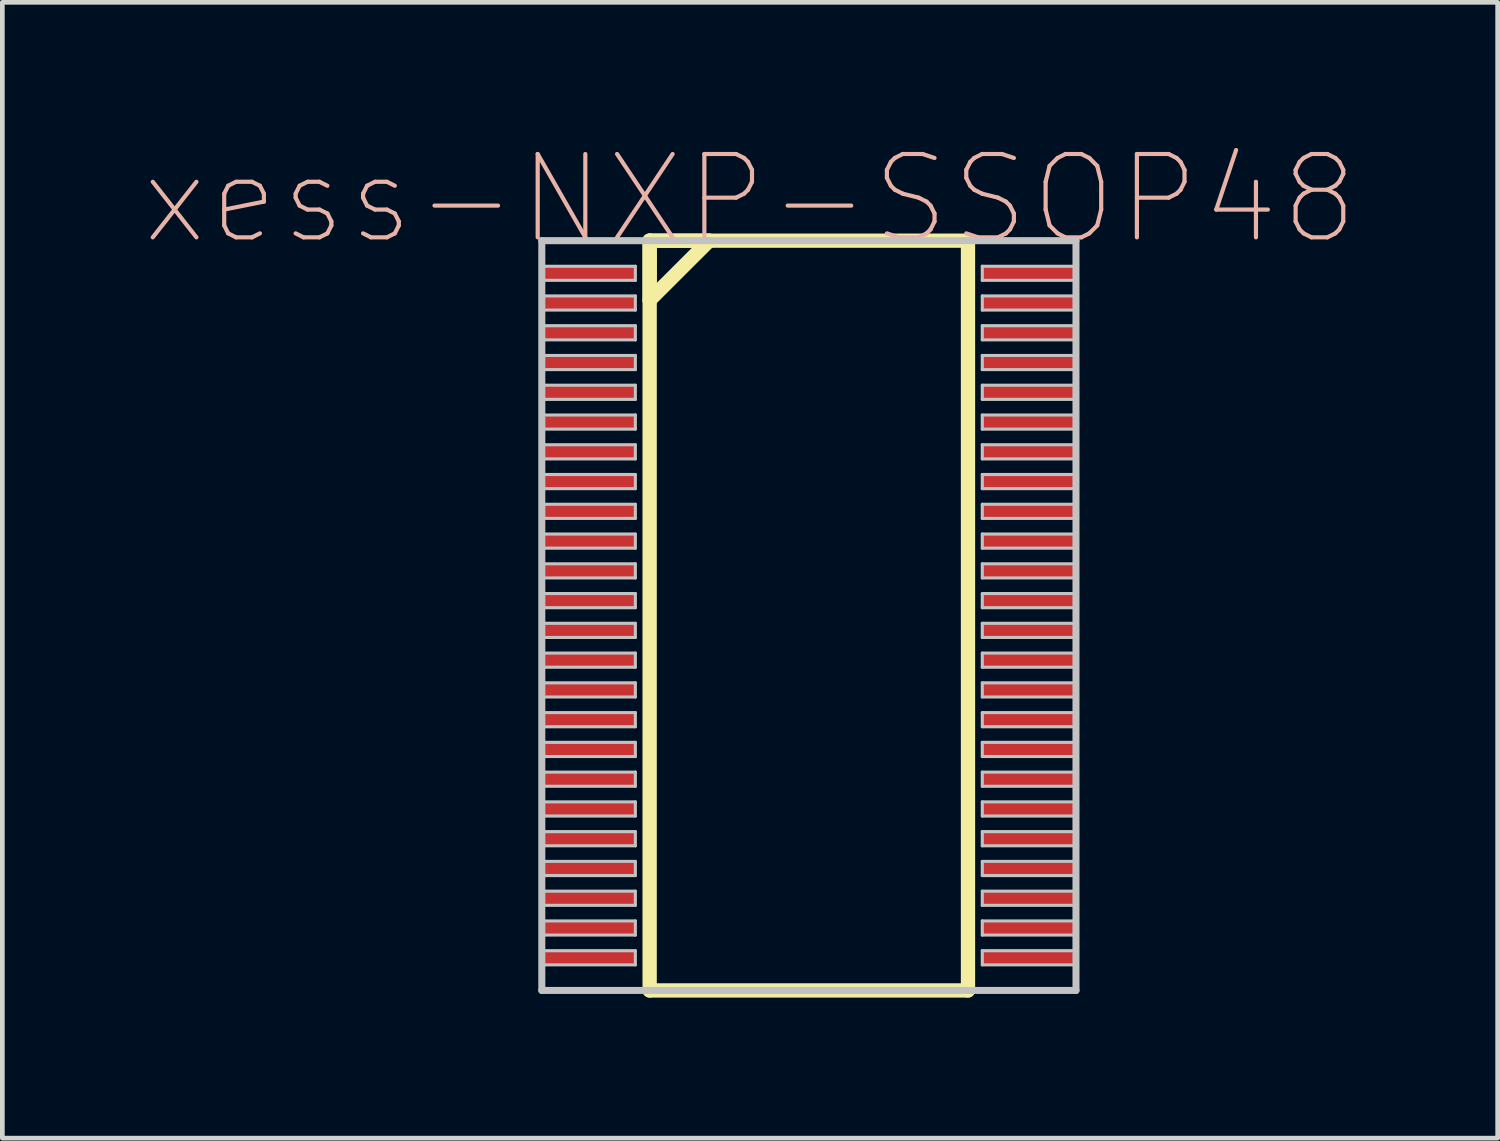
<source format=kicad_pcb>
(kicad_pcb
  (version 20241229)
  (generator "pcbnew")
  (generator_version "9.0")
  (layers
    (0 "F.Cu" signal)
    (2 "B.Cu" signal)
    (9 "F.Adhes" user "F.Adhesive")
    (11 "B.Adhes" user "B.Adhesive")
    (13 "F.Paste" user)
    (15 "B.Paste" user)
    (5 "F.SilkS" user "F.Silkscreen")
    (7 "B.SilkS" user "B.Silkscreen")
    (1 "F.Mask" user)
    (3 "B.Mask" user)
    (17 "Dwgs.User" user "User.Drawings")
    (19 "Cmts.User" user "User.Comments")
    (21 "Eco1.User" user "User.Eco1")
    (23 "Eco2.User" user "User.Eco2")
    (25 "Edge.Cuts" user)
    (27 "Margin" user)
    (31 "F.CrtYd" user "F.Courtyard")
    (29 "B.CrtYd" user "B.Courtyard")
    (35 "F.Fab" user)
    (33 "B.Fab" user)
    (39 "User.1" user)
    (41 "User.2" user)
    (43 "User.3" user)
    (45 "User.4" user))
  (footprint "xess-NXP-SSOP48"
    (layer "F.Cu")
    (at 9.508 2.781)
    (property "Reference" "xess-NXP-SSOP48" (at 3.444 -1.585 0) (layer "B.SilkS") (effects (font (size 1.778 1.778) (thickness 0.089))))
    (attr smd)
    (fp_line (start 1.303 -0.696) (end 1.303 0.572) (stroke (width 0.305) (type solid)) (layer "F.SilkS"))
    (fp_line (start 1.303 -0.696) (end 1.303 15.301) (stroke (width 0.305) (type solid)) (layer "F.SilkS"))
    (fp_line (start 1.303 0.572) (end 2.573 -0.696) (stroke (width 0.305) (type solid)) (layer "F.SilkS"))
    (fp_line (start 1.303 15.301) (end 8.095 15.301) (stroke (width 0.305) (type solid)) (layer "F.SilkS"))
    (fp_line (start 2.573 -0.696) (end 1.303 -0.696) (stroke (width 0.305) (type solid)) (layer "F.SilkS"))
    (fp_line (start 8.095 -0.696) (end 1.303 -0.696) (stroke (width 0.305) (type solid)) (layer "F.SilkS"))
    (fp_line (start 8.095 15.301) (end 8.095 -0.696) (stroke (width 0.305) (type solid)) (layer "F.SilkS"))
    (fp_line (start -0.998 -0.696) (end -0.998 15.301) (stroke (width 0.15) (type solid)) (layer "Dwgs.User"))
    (fp_line (start -0.998 -0.15) (end 0.998 -0.15) (stroke (width 0.066) (type solid)) (layer "Dwgs.User"))
    (fp_line (start -0.998 0.15) (end -0.998 -0.15) (stroke (width 0.066) (type solid)) (layer "Dwgs.User"))
    (fp_line (start -0.998 0.15) (end 0.998 0.15) (stroke (width 0.066) (type solid)) (layer "Dwgs.User"))
    (fp_line (start -0.998 0.483) (end 0.998 0.483) (stroke (width 0.066) (type solid)) (layer "Dwgs.User"))
    (fp_line (start -0.998 0.785) (end -0.998 0.483) (stroke (width 0.066) (type solid)) (layer "Dwgs.User"))
    (fp_line (start -0.998 0.785) (end 0.998 0.785) (stroke (width 0.066) (type solid)) (layer "Dwgs.User"))
    (fp_line (start -0.998 1.118) (end 0.998 1.118) (stroke (width 0.066) (type solid)) (layer "Dwgs.User"))
    (fp_line (start -0.998 1.42) (end -0.998 1.118) (stroke (width 0.066) (type solid)) (layer "Dwgs.User"))
    (fp_line (start -0.998 1.42) (end 0.998 1.42) (stroke (width 0.066) (type solid)) (layer "Dwgs.User"))
    (fp_line (start -0.998 1.753) (end 0.998 1.753) (stroke (width 0.066) (type solid)) (layer "Dwgs.User"))
    (fp_line (start -0.998 2.055) (end -0.998 1.753) (stroke (width 0.066) (type solid)) (layer "Dwgs.User"))
    (fp_line (start -0.998 2.055) (end 0.998 2.055) (stroke (width 0.066) (type solid)) (layer "Dwgs.User"))
    (fp_line (start -0.998 2.388) (end 0.998 2.388) (stroke (width 0.066) (type solid)) (layer "Dwgs.User"))
    (fp_line (start -0.998 2.69) (end -0.998 2.388) (stroke (width 0.066) (type solid)) (layer "Dwgs.User"))
    (fp_line (start -0.998 2.69) (end 0.998 2.69) (stroke (width 0.066) (type solid)) (layer "Dwgs.User"))
    (fp_line (start -0.998 3.023) (end 0.998 3.023) (stroke (width 0.066) (type solid)) (layer "Dwgs.User"))
    (fp_line (start -0.998 3.325) (end -0.998 3.023) (stroke (width 0.066) (type solid)) (layer "Dwgs.User"))
    (fp_line (start -0.998 3.325) (end 0.998 3.325) (stroke (width 0.066) (type solid)) (layer "Dwgs.User"))
    (fp_line (start -0.998 3.658) (end 0.998 3.658) (stroke (width 0.066) (type solid)) (layer "Dwgs.User"))
    (fp_line (start -0.998 3.96) (end -0.998 3.658) (stroke (width 0.066) (type solid)) (layer "Dwgs.User"))
    (fp_line (start -0.998 3.96) (end 0.998 3.96) (stroke (width 0.066) (type solid)) (layer "Dwgs.User"))
    (fp_line (start -0.998 4.293) (end 0.998 4.293) (stroke (width 0.066) (type solid)) (layer "Dwgs.User"))
    (fp_line (start -0.998 4.595) (end -0.998 4.293) (stroke (width 0.066) (type solid)) (layer "Dwgs.User"))
    (fp_line (start -0.998 4.595) (end 0.998 4.595) (stroke (width 0.066) (type solid)) (layer "Dwgs.User"))
    (fp_line (start -0.998 4.928) (end 0.998 4.928) (stroke (width 0.066) (type solid)) (layer "Dwgs.User"))
    (fp_line (start -0.998 5.23) (end -0.998 4.928) (stroke (width 0.066) (type solid)) (layer "Dwgs.User"))
    (fp_line (start -0.998 5.23) (end 0.998 5.23) (stroke (width 0.066) (type solid)) (layer "Dwgs.User"))
    (fp_line (start -0.998 5.563) (end 0.998 5.563) (stroke (width 0.066) (type solid)) (layer "Dwgs.User"))
    (fp_line (start -0.998 5.865) (end -0.998 5.563) (stroke (width 0.066) (type solid)) (layer "Dwgs.User"))
    (fp_line (start -0.998 5.865) (end 0.998 5.865) (stroke (width 0.066) (type solid)) (layer "Dwgs.User"))
    (fp_line (start -0.998 6.198) (end 0.998 6.198) (stroke (width 0.066) (type solid)) (layer "Dwgs.User"))
    (fp_line (start -0.998 6.5) (end -0.998 6.198) (stroke (width 0.066) (type solid)) (layer "Dwgs.User"))
    (fp_line (start -0.998 6.5) (end 0.998 6.5) (stroke (width 0.066) (type solid)) (layer "Dwgs.User"))
    (fp_line (start -0.998 6.833) (end 0.998 6.833) (stroke (width 0.066) (type solid)) (layer "Dwgs.User"))
    (fp_line (start -0.998 7.135) (end -0.998 6.833) (stroke (width 0.066) (type solid)) (layer "Dwgs.User"))
    (fp_line (start -0.998 7.135) (end 0.998 7.135) (stroke (width 0.066) (type solid)) (layer "Dwgs.User"))
    (fp_line (start -0.998 7.468) (end 0.998 7.468) (stroke (width 0.066) (type solid)) (layer "Dwgs.User"))
    (fp_line (start -0.998 7.77) (end -0.998 7.468) (stroke (width 0.066) (type solid)) (layer "Dwgs.User"))
    (fp_line (start -0.998 7.77) (end 0.998 7.77) (stroke (width 0.066) (type solid)) (layer "Dwgs.User"))
    (fp_line (start -0.998 8.103) (end 0.998 8.103) (stroke (width 0.066) (type solid)) (layer "Dwgs.User"))
    (fp_line (start -0.998 8.405) (end -0.998 8.103) (stroke (width 0.066) (type solid)) (layer "Dwgs.User"))
    (fp_line (start -0.998 8.405) (end 0.998 8.405) (stroke (width 0.066) (type solid)) (layer "Dwgs.User"))
    (fp_line (start -0.998 8.738) (end 0.998 8.738) (stroke (width 0.066) (type solid)) (layer "Dwgs.User"))
    (fp_line (start -0.998 9.04) (end -0.998 8.738) (stroke (width 0.066) (type solid)) (layer "Dwgs.User"))
    (fp_line (start -0.998 9.04) (end 0.998 9.04) (stroke (width 0.066) (type solid)) (layer "Dwgs.User"))
    (fp_line (start -0.998 9.373) (end 0.998 9.373) (stroke (width 0.066) (type solid)) (layer "Dwgs.User"))
    (fp_line (start -0.998 9.675) (end -0.998 9.373) (stroke (width 0.066) (type solid)) (layer "Dwgs.User"))
    (fp_line (start -0.998 9.675) (end 0.998 9.675) (stroke (width 0.066) (type solid)) (layer "Dwgs.User"))
    (fp_line (start -0.998 10.008) (end 0.998 10.008) (stroke (width 0.066) (type solid)) (layer "Dwgs.User"))
    (fp_line (start -0.998 10.31) (end -0.998 10.008) (stroke (width 0.066) (type solid)) (layer "Dwgs.User"))
    (fp_line (start -0.998 10.31) (end 0.998 10.31) (stroke (width 0.066) (type solid)) (layer "Dwgs.User"))
    (fp_line (start -0.998 10.643) (end 0.998 10.643) (stroke (width 0.066) (type solid)) (layer "Dwgs.User"))
    (fp_line (start -0.998 10.945) (end -0.998 10.643) (stroke (width 0.066) (type solid)) (layer "Dwgs.User"))
    (fp_line (start -0.998 10.945) (end 0.998 10.945) (stroke (width 0.066) (type solid)) (layer "Dwgs.User"))
    (fp_line (start -0.998 11.278) (end 0.998 11.278) (stroke (width 0.066) (type solid)) (layer "Dwgs.User"))
    (fp_line (start -0.998 11.58) (end -0.998 11.278) (stroke (width 0.066) (type solid)) (layer "Dwgs.User"))
    (fp_line (start -0.998 11.58) (end 0.998 11.58) (stroke (width 0.066) (type solid)) (layer "Dwgs.User"))
    (fp_line (start -0.998 11.913) (end 0.998 11.913) (stroke (width 0.066) (type solid)) (layer "Dwgs.User"))
    (fp_line (start -0.998 12.215) (end -0.998 11.913) (stroke (width 0.066) (type solid)) (layer "Dwgs.User"))
    (fp_line (start -0.998 12.215) (end 0.998 12.215) (stroke (width 0.066) (type solid)) (layer "Dwgs.User"))
    (fp_line (start -0.998 12.548) (end 0.998 12.548) (stroke (width 0.066) (type solid)) (layer "Dwgs.User"))
    (fp_line (start -0.998 12.85) (end -0.998 12.548) (stroke (width 0.066) (type solid)) (layer "Dwgs.User"))
    (fp_line (start -0.998 12.85) (end 0.998 12.85) (stroke (width 0.066) (type solid)) (layer "Dwgs.User"))
    (fp_line (start -0.998 13.183) (end 0.998 13.183) (stroke (width 0.066) (type solid)) (layer "Dwgs.User"))
    (fp_line (start -0.998 13.485) (end -0.998 13.183) (stroke (width 0.066) (type solid)) (layer "Dwgs.User"))
    (fp_line (start -0.998 13.485) (end 0.998 13.485) (stroke (width 0.066) (type solid)) (layer "Dwgs.User"))
    (fp_line (start -0.998 13.818) (end 0.998 13.818) (stroke (width 0.066) (type solid)) (layer "Dwgs.User"))
    (fp_line (start -0.998 14.12) (end -0.998 13.818) (stroke (width 0.066) (type solid)) (layer "Dwgs.User"))
    (fp_line (start -0.998 14.12) (end 0.998 14.12) (stroke (width 0.066) (type solid)) (layer "Dwgs.User"))
    (fp_line (start -0.998 14.453) (end 0.998 14.453) (stroke (width 0.066) (type solid)) (layer "Dwgs.User"))
    (fp_line (start -0.998 14.755) (end -0.998 14.453) (stroke (width 0.066) (type solid)) (layer "Dwgs.User"))
    (fp_line (start -0.998 14.755) (end 0.998 14.755) (stroke (width 0.066) (type solid)) (layer "Dwgs.User"))
    (fp_line (start -0.998 15.301) (end 10.399 15.301) (stroke (width 0.15) (type solid)) (layer "Dwgs.User"))
    (fp_line (start 0.998 0.15) (end 0.998 -0.15) (stroke (width 0.066) (type solid)) (layer "Dwgs.User"))
    (fp_line (start 0.998 0.785) (end 0.998 0.483) (stroke (width 0.066) (type solid)) (layer "Dwgs.User"))
    (fp_line (start 0.998 1.42) (end 0.998 1.118) (stroke (width 0.066) (type solid)) (layer "Dwgs.User"))
    (fp_line (start 0.998 2.055) (end 0.998 1.753) (stroke (width 0.066) (type solid)) (layer "Dwgs.User"))
    (fp_line (start 0.998 2.69) (end 0.998 2.388) (stroke (width 0.066) (type solid)) (layer "Dwgs.User"))
    (fp_line (start 0.998 3.325) (end 0.998 3.023) (stroke (width 0.066) (type solid)) (layer "Dwgs.User"))
    (fp_line (start 0.998 3.96) (end 0.998 3.658) (stroke (width 0.066) (type solid)) (layer "Dwgs.User"))
    (fp_line (start 0.998 4.595) (end 0.998 4.293) (stroke (width 0.066) (type solid)) (layer "Dwgs.User"))
    (fp_line (start 0.998 5.23) (end 0.998 4.928) (stroke (width 0.066) (type solid)) (layer "Dwgs.User"))
    (fp_line (start 0.998 5.865) (end 0.998 5.563) (stroke (width 0.066) (type solid)) (layer "Dwgs.User"))
    (fp_line (start 0.998 6.5) (end 0.998 6.198) (stroke (width 0.066) (type solid)) (layer "Dwgs.User"))
    (fp_line (start 0.998 7.135) (end 0.998 6.833) (stroke (width 0.066) (type solid)) (layer "Dwgs.User"))
    (fp_line (start 0.998 7.77) (end 0.998 7.468) (stroke (width 0.066) (type solid)) (layer "Dwgs.User"))
    (fp_line (start 0.998 8.405) (end 0.998 8.103) (stroke (width 0.066) (type solid)) (layer "Dwgs.User"))
    (fp_line (start 0.998 9.04) (end 0.998 8.738) (stroke (width 0.066) (type solid)) (layer "Dwgs.User"))
    (fp_line (start 0.998 9.675) (end 0.998 9.373) (stroke (width 0.066) (type solid)) (layer "Dwgs.User"))
    (fp_line (start 0.998 10.31) (end 0.998 10.008) (stroke (width 0.066) (type solid)) (layer "Dwgs.User"))
    (fp_line (start 0.998 10.945) (end 0.998 10.643) (stroke (width 0.066) (type solid)) (layer "Dwgs.User"))
    (fp_line (start 0.998 11.58) (end 0.998 11.278) (stroke (width 0.066) (type solid)) (layer "Dwgs.User"))
    (fp_line (start 0.998 12.215) (end 0.998 11.913) (stroke (width 0.066) (type solid)) (layer "Dwgs.User"))
    (fp_line (start 0.998 12.85) (end 0.998 12.548) (stroke (width 0.066) (type solid)) (layer "Dwgs.User"))
    (fp_line (start 0.998 13.485) (end 0.998 13.183) (stroke (width 0.066) (type solid)) (layer "Dwgs.User"))
    (fp_line (start 0.998 14.12) (end 0.998 13.818) (stroke (width 0.066) (type solid)) (layer "Dwgs.User"))
    (fp_line (start 0.998 14.755) (end 0.998 14.453) (stroke (width 0.066) (type solid)) (layer "Dwgs.User"))
    (fp_line (start 8.4 -0.15) (end 10.399 -0.15) (stroke (width 0.066) (type solid)) (layer "Dwgs.User"))
    (fp_line (start 8.4 0.15) (end 8.4 -0.15) (stroke (width 0.066) (type solid)) (layer "Dwgs.User"))
    (fp_line (start 8.4 0.15) (end 10.399 0.15) (stroke (width 0.066) (type solid)) (layer "Dwgs.User"))
    (fp_line (start 8.4 0.483) (end 10.399 0.483) (stroke (width 0.066) (type solid)) (layer "Dwgs.User"))
    (fp_line (start 8.4 0.785) (end 8.4 0.483) (stroke (width 0.066) (type solid)) (layer "Dwgs.User"))
    (fp_line (start 8.4 0.785) (end 10.399 0.785) (stroke (width 0.066) (type solid)) (layer "Dwgs.User"))
    (fp_line (start 8.4 1.118) (end 10.399 1.118) (stroke (width 0.066) (type solid)) (layer "Dwgs.User"))
    (fp_line (start 8.4 1.42) (end 8.4 1.118) (stroke (width 0.066) (type solid)) (layer "Dwgs.User"))
    (fp_line (start 8.4 1.42) (end 10.399 1.42) (stroke (width 0.066) (type solid)) (layer "Dwgs.User"))
    (fp_line (start 8.4 1.753) (end 10.399 1.753) (stroke (width 0.066) (type solid)) (layer "Dwgs.User"))
    (fp_line (start 8.4 2.055) (end 8.4 1.753) (stroke (width 0.066) (type solid)) (layer "Dwgs.User"))
    (fp_line (start 8.4 2.055) (end 10.399 2.055) (stroke (width 0.066) (type solid)) (layer "Dwgs.User"))
    (fp_line (start 8.4 2.388) (end 10.399 2.388) (stroke (width 0.066) (type solid)) (layer "Dwgs.User"))
    (fp_line (start 8.4 2.69) (end 8.4 2.388) (stroke (width 0.066) (type solid)) (layer "Dwgs.User"))
    (fp_line (start 8.4 2.69) (end 10.399 2.69) (stroke (width 0.066) (type solid)) (layer "Dwgs.User"))
    (fp_line (start 8.4 3.023) (end 10.399 3.023) (stroke (width 0.066) (type solid)) (layer "Dwgs.User"))
    (fp_line (start 8.4 3.325) (end 8.4 3.023) (stroke (width 0.066) (type solid)) (layer "Dwgs.User"))
    (fp_line (start 8.4 3.325) (end 10.399 3.325) (stroke (width 0.066) (type solid)) (layer "Dwgs.User"))
    (fp_line (start 8.4 3.658) (end 10.399 3.658) (stroke (width 0.066) (type solid)) (layer "Dwgs.User"))
    (fp_line (start 8.4 3.96) (end 8.4 3.658) (stroke (width 0.066) (type solid)) (layer "Dwgs.User"))
    (fp_line (start 8.4 3.96) (end 10.399 3.96) (stroke (width 0.066) (type solid)) (layer "Dwgs.User"))
    (fp_line (start 8.4 4.293) (end 10.399 4.293) (stroke (width 0.066) (type solid)) (layer "Dwgs.User"))
    (fp_line (start 8.4 4.595) (end 8.4 4.293) (stroke (width 0.066) (type solid)) (layer "Dwgs.User"))
    (fp_line (start 8.4 4.595) (end 10.399 4.595) (stroke (width 0.066) (type solid)) (layer "Dwgs.User"))
    (fp_line (start 8.4 4.928) (end 10.399 4.928) (stroke (width 0.066) (type solid)) (layer "Dwgs.User"))
    (fp_line (start 8.4 5.23) (end 8.4 4.928) (stroke (width 0.066) (type solid)) (layer "Dwgs.User"))
    (fp_line (start 8.4 5.23) (end 10.399 5.23) (stroke (width 0.066) (type solid)) (layer "Dwgs.User"))
    (fp_line (start 8.4 5.563) (end 10.399 5.563) (stroke (width 0.066) (type solid)) (layer "Dwgs.User"))
    (fp_line (start 8.4 5.865) (end 8.4 5.563) (stroke (width 0.066) (type solid)) (layer "Dwgs.User"))
    (fp_line (start 8.4 5.865) (end 10.399 5.865) (stroke (width 0.066) (type solid)) (layer "Dwgs.User"))
    (fp_line (start 8.4 6.198) (end 10.399 6.198) (stroke (width 0.066) (type solid)) (layer "Dwgs.User"))
    (fp_line (start 8.4 6.5) (end 8.4 6.198) (stroke (width 0.066) (type solid)) (layer "Dwgs.User"))
    (fp_line (start 8.4 6.5) (end 10.399 6.5) (stroke (width 0.066) (type solid)) (layer "Dwgs.User"))
    (fp_line (start 8.4 6.833) (end 10.399 6.833) (stroke (width 0.066) (type solid)) (layer "Dwgs.User"))
    (fp_line (start 8.4 7.135) (end 8.4 6.833) (stroke (width 0.066) (type solid)) (layer "Dwgs.User"))
    (fp_line (start 8.4 7.135) (end 10.399 7.135) (stroke (width 0.066) (type solid)) (layer "Dwgs.User"))
    (fp_line (start 8.4 7.468) (end 10.399 7.468) (stroke (width 0.066) (type solid)) (layer "Dwgs.User"))
    (fp_line (start 8.4 7.77) (end 8.4 7.468) (stroke (width 0.066) (type solid)) (layer "Dwgs.User"))
    (fp_line (start 8.4 7.77) (end 10.399 7.77) (stroke (width 0.066) (type solid)) (layer "Dwgs.User"))
    (fp_line (start 8.4 8.103) (end 10.399 8.103) (stroke (width 0.066) (type solid)) (layer "Dwgs.User"))
    (fp_line (start 8.4 8.405) (end 8.4 8.103) (stroke (width 0.066) (type solid)) (layer "Dwgs.User"))
    (fp_line (start 8.4 8.405) (end 10.399 8.405) (stroke (width 0.066) (type solid)) (layer "Dwgs.User"))
    (fp_line (start 8.4 8.738) (end 10.399 8.738) (stroke (width 0.066) (type solid)) (layer "Dwgs.User"))
    (fp_line (start 8.4 9.04) (end 8.4 8.738) (stroke (width 0.066) (type solid)) (layer "Dwgs.User"))
    (fp_line (start 8.4 9.04) (end 10.399 9.04) (stroke (width 0.066) (type solid)) (layer "Dwgs.User"))
    (fp_line (start 8.4 9.373) (end 10.399 9.373) (stroke (width 0.066) (type solid)) (layer "Dwgs.User"))
    (fp_line (start 8.4 9.675) (end 8.4 9.373) (stroke (width 0.066) (type solid)) (layer "Dwgs.User"))
    (fp_line (start 8.4 9.675) (end 10.399 9.675) (stroke (width 0.066) (type solid)) (layer "Dwgs.User"))
    (fp_line (start 8.4 10.008) (end 10.399 10.008) (stroke (width 0.066) (type solid)) (layer "Dwgs.User"))
    (fp_line (start 8.4 10.31) (end 8.4 10.008) (stroke (width 0.066) (type solid)) (layer "Dwgs.User"))
    (fp_line (start 8.4 10.31) (end 10.399 10.31) (stroke (width 0.066) (type solid)) (layer "Dwgs.User"))
    (fp_line (start 8.4 10.643) (end 10.399 10.643) (stroke (width 0.066) (type solid)) (layer "Dwgs.User"))
    (fp_line (start 8.4 10.945) (end 8.4 10.643) (stroke (width 0.066) (type solid)) (layer "Dwgs.User"))
    (fp_line (start 8.4 10.945) (end 10.399 10.945) (stroke (width 0.066) (type solid)) (layer "Dwgs.User"))
    (fp_line (start 8.4 11.278) (end 10.399 11.278) (stroke (width 0.066) (type solid)) (layer "Dwgs.User"))
    (fp_line (start 8.4 11.58) (end 8.4 11.278) (stroke (width 0.066) (type solid)) (layer "Dwgs.User"))
    (fp_line (start 8.4 11.58) (end 10.399 11.58) (stroke (width 0.066) (type solid)) (layer "Dwgs.User"))
    (fp_line (start 8.4 11.913) (end 10.399 11.913) (stroke (width 0.066) (type solid)) (layer "Dwgs.User"))
    (fp_line (start 8.4 12.215) (end 8.4 11.913) (stroke (width 0.066) (type solid)) (layer "Dwgs.User"))
    (fp_line (start 8.4 12.215) (end 10.399 12.215) (stroke (width 0.066) (type solid)) (layer "Dwgs.User"))
    (fp_line (start 8.4 12.548) (end 10.399 12.548) (stroke (width 0.066) (type solid)) (layer "Dwgs.User"))
    (fp_line (start 8.4 12.85) (end 8.4 12.548) (stroke (width 0.066) (type solid)) (layer "Dwgs.User"))
    (fp_line (start 8.4 12.85) (end 10.399 12.85) (stroke (width 0.066) (type solid)) (layer "Dwgs.User"))
    (fp_line (start 8.4 13.183) (end 10.399 13.183) (stroke (width 0.066) (type solid)) (layer "Dwgs.User"))
    (fp_line (start 8.4 13.485) (end 8.4 13.183) (stroke (width 0.066) (type solid)) (layer "Dwgs.User"))
    (fp_line (start 8.4 13.485) (end 10.399 13.485) (stroke (width 0.066) (type solid)) (layer "Dwgs.User"))
    (fp_line (start 8.4 13.818) (end 10.399 13.818) (stroke (width 0.066) (type solid)) (layer "Dwgs.User"))
    (fp_line (start 8.4 14.12) (end 8.4 13.818) (stroke (width 0.066) (type solid)) (layer "Dwgs.User"))
    (fp_line (start 8.4 14.12) (end 10.399 14.12) (stroke (width 0.066) (type solid)) (layer "Dwgs.User"))
    (fp_line (start 8.4 14.453) (end 10.399 14.453) (stroke (width 0.066) (type solid)) (layer "Dwgs.User"))
    (fp_line (start 8.4 14.755) (end 8.4 14.453) (stroke (width 0.066) (type solid)) (layer "Dwgs.User"))
    (fp_line (start 8.4 14.755) (end 10.399 14.755) (stroke (width 0.066) (type solid)) (layer "Dwgs.User"))
    (fp_line (start 10.399 -0.696) (end -0.998 -0.696) (stroke (width 0.15) (type solid)) (layer "Dwgs.User"))
    (fp_line (start 10.399 0.15) (end 10.399 -0.15) (stroke (width 0.066) (type solid)) (layer "Dwgs.User"))
    (fp_line (start 10.399 0.785) (end 10.399 0.483) (stroke (width 0.066) (type solid)) (layer "Dwgs.User"))
    (fp_line (start 10.399 1.42) (end 10.399 1.118) (stroke (width 0.066) (type solid)) (layer "Dwgs.User"))
    (fp_line (start 10.399 2.055) (end 10.399 1.753) (stroke (width 0.066) (type solid)) (layer "Dwgs.User"))
    (fp_line (start 10.399 2.69) (end 10.399 2.388) (stroke (width 0.066) (type solid)) (layer "Dwgs.User"))
    (fp_line (start 10.399 3.325) (end 10.399 3.023) (stroke (width 0.066) (type solid)) (layer "Dwgs.User"))
    (fp_line (start 10.399 3.96) (end 10.399 3.658) (stroke (width 0.066) (type solid)) (layer "Dwgs.User"))
    (fp_line (start 10.399 4.595) (end 10.399 4.293) (stroke (width 0.066) (type solid)) (layer "Dwgs.User"))
    (fp_line (start 10.399 5.23) (end 10.399 4.928) (stroke (width 0.066) (type solid)) (layer "Dwgs.User"))
    (fp_line (start 10.399 5.865) (end 10.399 5.563) (stroke (width 0.066) (type solid)) (layer "Dwgs.User"))
    (fp_line (start 10.399 6.5) (end 10.399 6.198) (stroke (width 0.066) (type solid)) (layer "Dwgs.User"))
    (fp_line (start 10.399 7.135) (end 10.399 6.833) (stroke (width 0.066) (type solid)) (layer "Dwgs.User"))
    (fp_line (start 10.399 7.77) (end 10.399 7.468) (stroke (width 0.066) (type solid)) (layer "Dwgs.User"))
    (fp_line (start 10.399 8.405) (end 10.399 8.103) (stroke (width 0.066) (type solid)) (layer "Dwgs.User"))
    (fp_line (start 10.399 9.04) (end 10.399 8.738) (stroke (width 0.066) (type solid)) (layer "Dwgs.User"))
    (fp_line (start 10.399 9.675) (end 10.399 9.373) (stroke (width 0.066) (type solid)) (layer "Dwgs.User"))
    (fp_line (start 10.399 10.31) (end 10.399 10.008) (stroke (width 0.066) (type solid)) (layer "Dwgs.User"))
    (fp_line (start 10.399 10.945) (end 10.399 10.643) (stroke (width 0.066) (type solid)) (layer "Dwgs.User"))
    (fp_line (start 10.399 11.58) (end 10.399 11.278) (stroke (width 0.066) (type solid)) (layer "Dwgs.User"))
    (fp_line (start 10.399 12.215) (end 10.399 11.913) (stroke (width 0.066) (type solid)) (layer "Dwgs.User"))
    (fp_line (start 10.399 12.85) (end 10.399 12.548) (stroke (width 0.066) (type solid)) (layer "Dwgs.User"))
    (fp_line (start 10.399 13.485) (end 10.399 13.183) (stroke (width 0.066) (type solid)) (layer "Dwgs.User"))
    (fp_line (start 10.399 14.12) (end 10.399 13.818) (stroke (width 0.066) (type solid)) (layer "Dwgs.User"))
    (fp_line (start 10.399 14.755) (end 10.399 14.453) (stroke (width 0.066) (type solid)) (layer "Dwgs.User"))
    (fp_line (start 10.399 15.301) (end 10.399 -0.696) (stroke (width 0.15) (type solid)) (layer "Dwgs.User"))
    (pad "1" smd rect (at 0 0) (size 1.999 0.3) (layers "F.Cu" "F.Mask" "F.Paste"))
    (pad "2" smd rect (at 0 0.635) (size 1.999 0.3) (layers "F.Cu" "F.Mask" "F.Paste"))
    (pad "3" smd rect (at 0 1.27) (size 1.999 0.3) (layers "F.Cu" "F.Mask" "F.Paste"))
    (pad "4" smd rect (at 0 1.905) (size 1.999 0.3) (layers "F.Cu" "F.Mask" "F.Paste"))
    (pad "5" smd rect (at 0 2.54) (size 1.999 0.3) (layers "F.Cu" "F.Mask" "F.Paste"))
    (pad "6" smd rect (at 0 3.175) (size 1.999 0.3) (layers "F.Cu" "F.Mask" "F.Paste"))
    (pad "7" smd rect (at 0 3.81) (size 1.999 0.3) (layers "F.Cu" "F.Mask" "F.Paste"))
    (pad "8" smd rect (at 0 4.445) (size 1.999 0.3) (layers "F.Cu" "F.Mask" "F.Paste"))
    (pad "9" smd rect (at 0 5.08) (size 1.999 0.3) (layers "F.Cu" "F.Mask" "F.Paste"))
    (pad "10" smd rect (at 0 5.715) (size 1.999 0.3) (layers "F.Cu" "F.Mask" "F.Paste"))
    (pad "11" smd rect (at 0 6.35) (size 1.999 0.3) (layers "F.Cu" "F.Mask" "F.Paste"))
    (pad "12" smd rect (at 0 6.985) (size 1.999 0.3) (layers "F.Cu" "F.Mask" "F.Paste"))
    (pad "13" smd rect (at 0 7.62) (size 1.999 0.3) (layers "F.Cu" "F.Mask" "F.Paste"))
    (pad "14" smd rect (at 0 8.255) (size 1.999 0.3) (layers "F.Cu" "F.Mask" "F.Paste"))
    (pad "15" smd rect (at 0 8.89) (size 1.999 0.3) (layers "F.Cu" "F.Mask" "F.Paste"))
    (pad "16" smd rect (at 0 9.525) (size 1.999 0.3) (layers "F.Cu" "F.Mask" "F.Paste"))
    (pad "17" smd rect (at 0 10.16) (size 1.999 0.3) (layers "F.Cu" "F.Mask" "F.Paste"))
    (pad "18" smd rect (at 0 10.795) (size 1.999 0.3) (layers "F.Cu" "F.Mask" "F.Paste"))
    (pad "19" smd rect (at 0 11.43) (size 1.999 0.3) (layers "F.Cu" "F.Mask" "F.Paste"))
    (pad "20" smd rect (at 0 12.065) (size 1.999 0.3) (layers "F.Cu" "F.Mask" "F.Paste"))
    (pad "21" smd rect (at 0 12.7) (size 1.999 0.3) (layers "F.Cu" "F.Mask" "F.Paste"))
    (pad "22" smd rect (at 0 13.335) (size 1.999 0.3) (layers "F.Cu" "F.Mask" "F.Paste"))
    (pad "23" smd rect (at 0 13.97) (size 1.999 0.3) (layers "F.Cu" "F.Mask" "F.Paste"))
    (pad "24" smd rect (at 0 14.605) (size 1.999 0.3) (layers "F.Cu" "F.Mask" "F.Paste"))
    (pad "25" smd rect (at 9.398 14.605) (size 1.999 0.3) (layers "F.Cu" "F.Mask" "F.Paste"))
    (pad "26" smd rect (at 9.398 13.97) (size 1.999 0.3) (layers "F.Cu" "F.Mask" "F.Paste"))
    (pad "27" smd rect (at 9.398 13.335) (size 1.999 0.3) (layers "F.Cu" "F.Mask" "F.Paste"))
    (pad "28" smd rect (at 9.398 12.7) (size 1.999 0.3) (layers "F.Cu" "F.Mask" "F.Paste"))
    (pad "29" smd rect (at 9.398 12.065) (size 1.999 0.3) (layers "F.Cu" "F.Mask" "F.Paste"))
    (pad "30" smd rect (at 9.398 11.43) (size 1.999 0.3) (layers "F.Cu" "F.Mask" "F.Paste"))
    (pad "31" smd rect (at 9.398 10.795) (size 1.999 0.3) (layers "F.Cu" "F.Mask" "F.Paste"))
    (pad "32" smd rect (at 9.398 10.16) (size 1.999 0.3) (layers "F.Cu" "F.Mask" "F.Paste"))
    (pad "33" smd rect (at 9.398 9.525) (size 1.999 0.3) (layers "F.Cu" "F.Mask" "F.Paste"))
    (pad "34" smd rect (at 9.398 8.89) (size 1.999 0.3) (layers "F.Cu" "F.Mask" "F.Paste"))
    (pad "35" smd rect (at 9.398 8.255) (size 1.999 0.3) (layers "F.Cu" "F.Mask" "F.Paste"))
    (pad "36" smd rect (at 9.398 7.62) (size 1.999 0.3) (layers "F.Cu" "F.Mask" "F.Paste"))
    (pad "37" smd rect (at 9.398 6.985) (size 1.999 0.3) (layers "F.Cu" "F.Mask" "F.Paste"))
    (pad "38" smd rect (at 9.398 6.35) (size 1.999 0.3) (layers "F.Cu" "F.Mask" "F.Paste"))
    (pad "39" smd rect (at 9.398 5.715) (size 1.999 0.3) (layers "F.Cu" "F.Mask" "F.Paste"))
    (pad "40" smd rect (at 9.398 5.08) (size 1.999 0.3) (layers "F.Cu" "F.Mask" "F.Paste"))
    (pad "41" smd rect (at 9.398 4.445) (size 1.999 0.3) (layers "F.Cu" "F.Mask" "F.Paste"))
    (pad "42" smd rect (at 9.398 3.81) (size 1.999 0.3) (layers "F.Cu" "F.Mask" "F.Paste"))
    (pad "43" smd rect (at 9.398 3.175) (size 1.999 0.3) (layers "F.Cu" "F.Mask" "F.Paste"))
    (pad "44" smd rect (at 9.398 2.54) (size 1.999 0.3) (layers "F.Cu" "F.Mask" "F.Paste"))
    (pad "45" smd rect (at 9.398 1.905) (size 1.999 0.3) (layers "F.Cu" "F.Mask" "F.Paste"))
    (pad "46" smd rect (at 9.398 1.27) (size 1.999 0.3) (layers "F.Cu" "F.Mask" "F.Paste"))
    (pad "47" smd rect (at 9.398 0.635) (size 1.999 0.3) (layers "F.Cu" "F.Mask" "F.Paste"))
    (pad "48" smd rect (at 9.398 0) (size 1.999 0.3) (layers "F.Cu" "F.Mask" "F.Paste")))
  (gr_rect
    (start -3 -3)
    (end 28.904 21.234)
    (stroke (width 0.1) (type default))
    (fill no)
    (layer "Edge.Cuts")))
</source>
